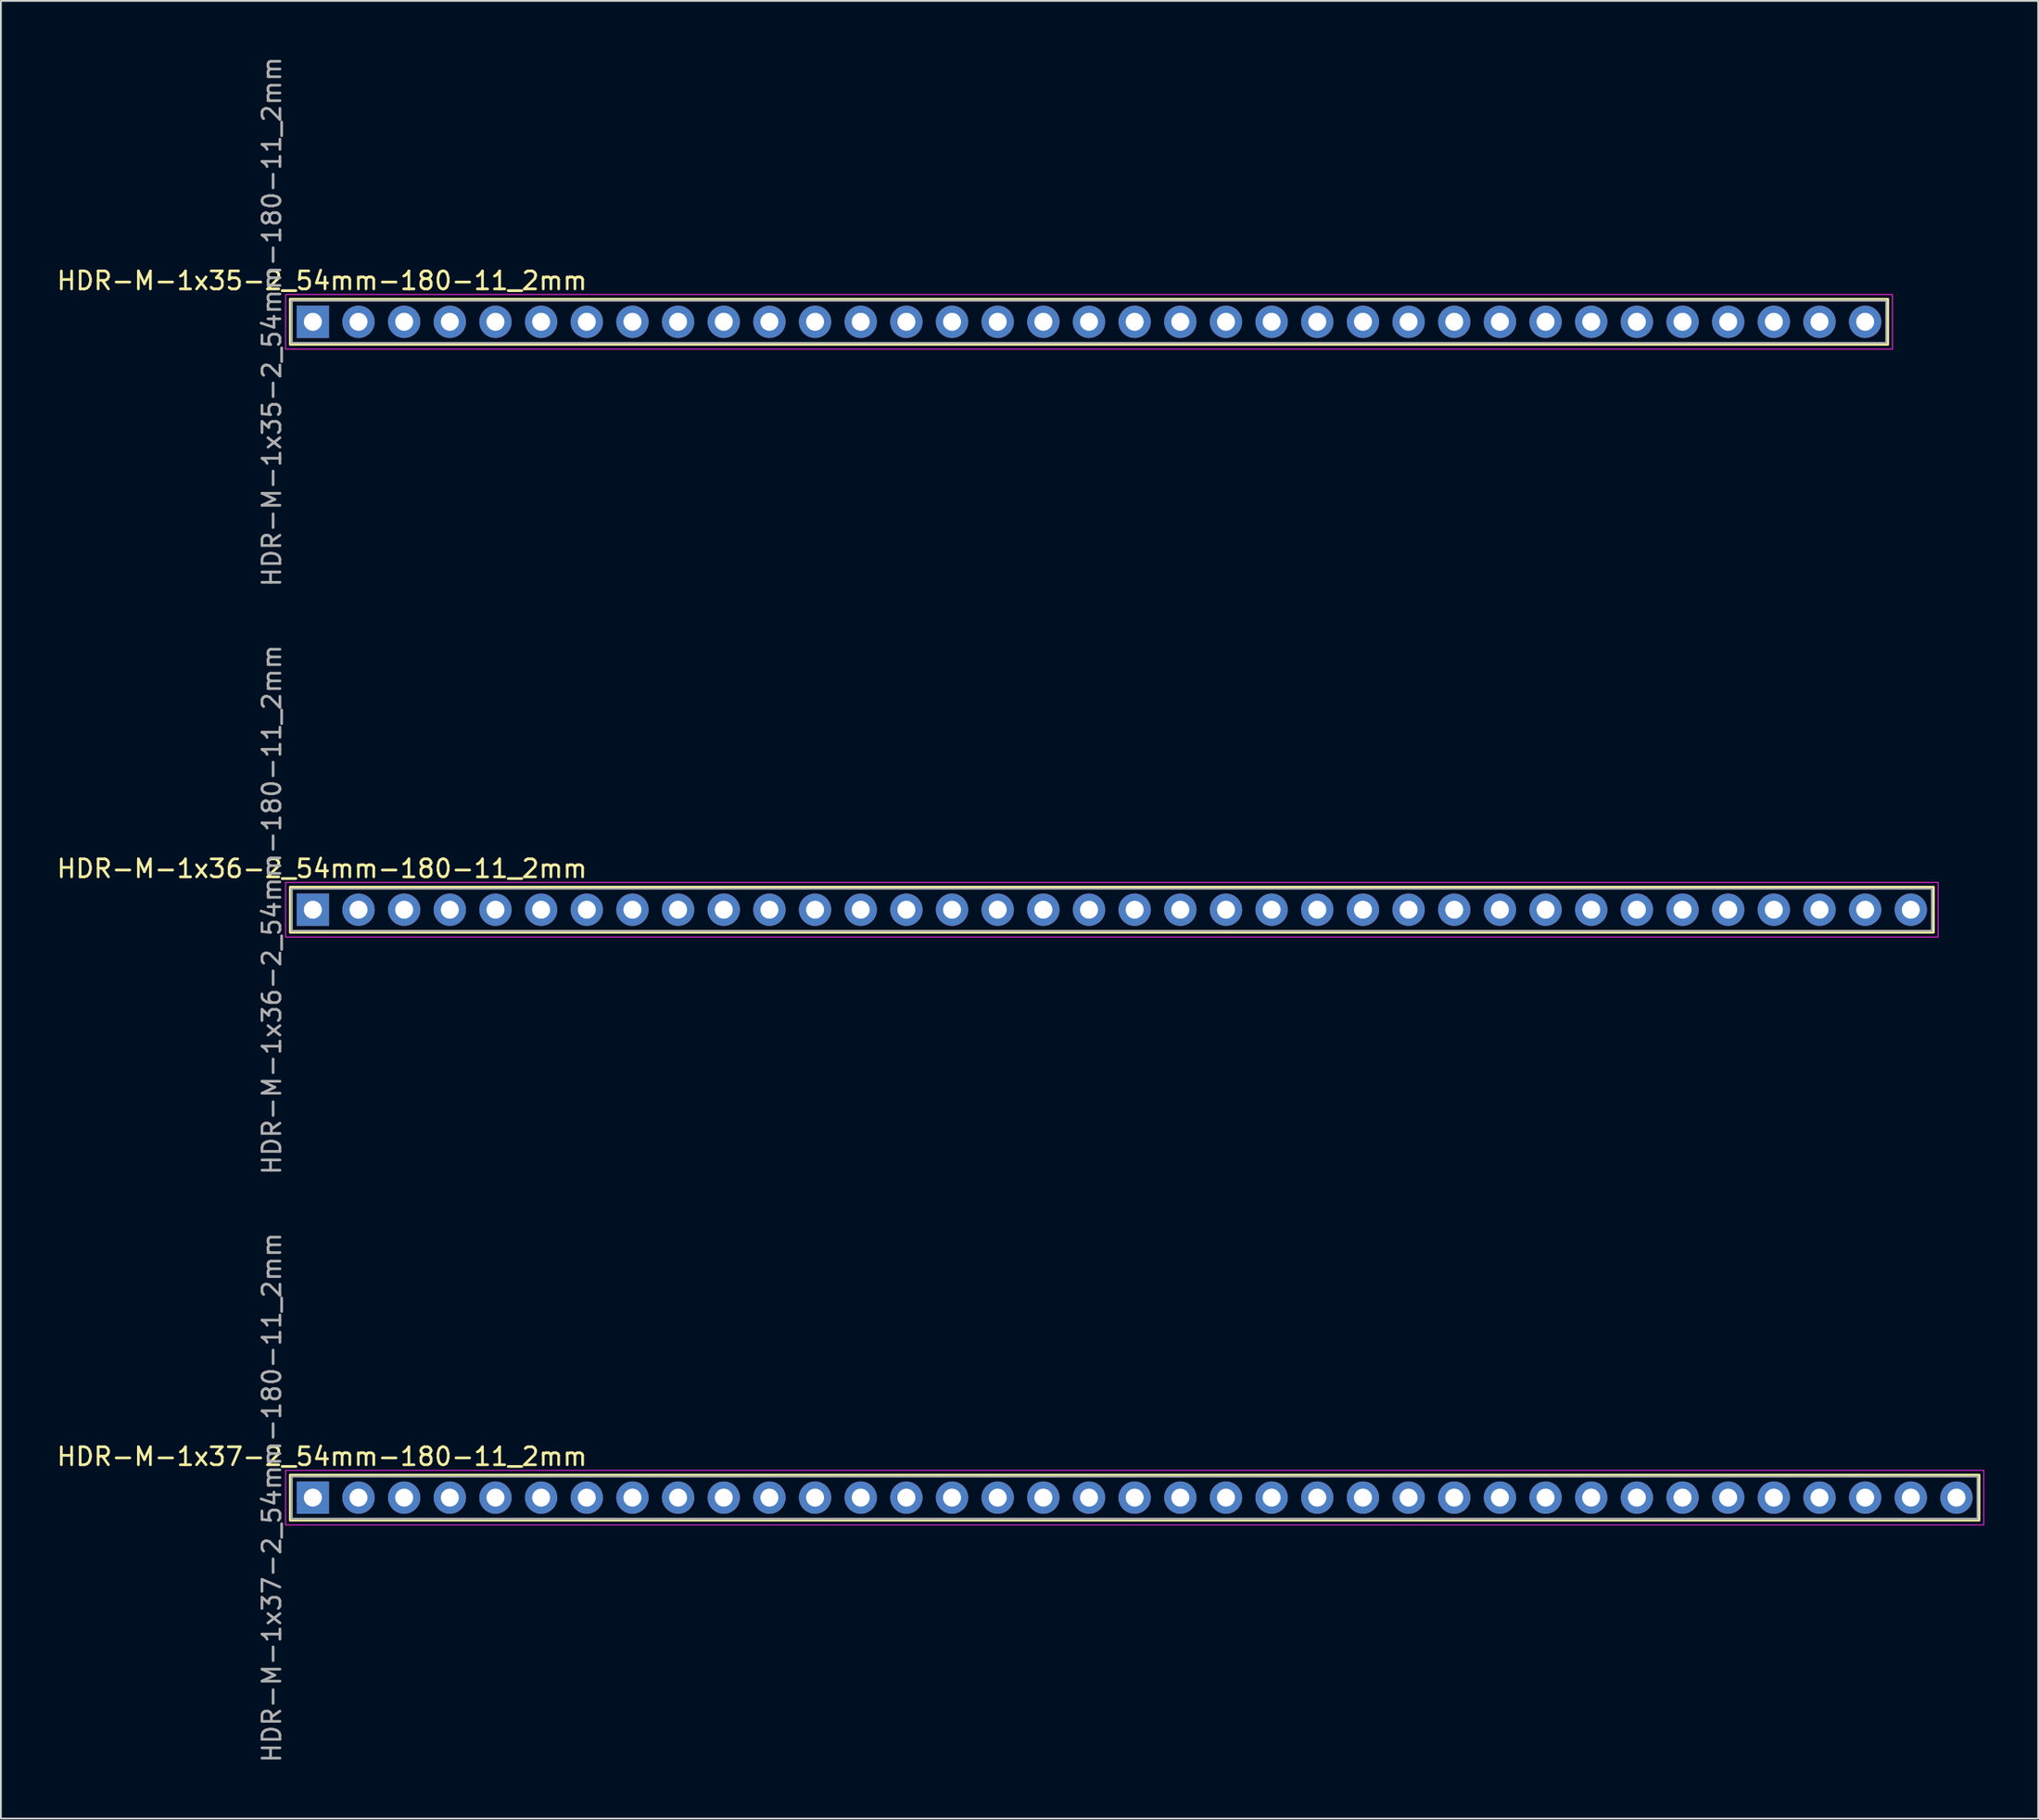
<source format=kicad_pcb>
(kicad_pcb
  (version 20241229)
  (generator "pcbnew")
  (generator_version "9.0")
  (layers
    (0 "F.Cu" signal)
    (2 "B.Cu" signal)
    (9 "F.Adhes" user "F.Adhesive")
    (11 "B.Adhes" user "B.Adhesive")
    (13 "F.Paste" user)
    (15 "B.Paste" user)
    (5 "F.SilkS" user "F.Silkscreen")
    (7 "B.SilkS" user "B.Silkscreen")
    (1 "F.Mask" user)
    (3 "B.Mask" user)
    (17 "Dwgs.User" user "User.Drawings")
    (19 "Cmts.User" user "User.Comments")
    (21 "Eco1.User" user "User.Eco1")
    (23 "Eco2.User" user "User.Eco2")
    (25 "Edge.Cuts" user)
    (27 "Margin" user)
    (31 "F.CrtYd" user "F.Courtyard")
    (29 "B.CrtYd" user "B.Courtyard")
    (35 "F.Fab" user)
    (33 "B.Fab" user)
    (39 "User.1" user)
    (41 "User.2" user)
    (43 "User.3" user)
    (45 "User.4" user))
  (footprint "HDR-M-1x35-2_54mm-180-11_2mm"
    (layer "F.Cu")
    (at 14.355 14.863)
    (property "Reference" "HDR-M-1x35-2_54mm-180-11_2mm" (at 0.508 -2.286 0) (unlocked yes) (layer "F.SilkS") (effects (font (size 1 1) (thickness 0.15))))
    (attr through_hole)
    (fp_rect (start -1.27 -1.27) (end 87.63 1.27) (stroke (width 0.12) (type solid)) (fill no) (layer "F.SilkS"))
    (fp_rect (start -1.52 -1.52) (end 87.88 1.52) (stroke (width 0.05) (type solid)) (fill no) (layer "F.CrtYd"))
    (fp_rect (start -1.17 -1.17) (end 87.53 1.17) (stroke (width 0.1) (type solid)) (fill no) (layer "F.Fab"))
    (fp_text user "${REFERENCE}" (at -2.286 0 90) (unlocked yes) (layer "F.Fab") (effects (font (size 1 1) (thickness 0.15))))
    (pad "1" thru_hole rect (at 0 0) (size 1.8 1.8) (drill 1) (layers "*.Cu" "*.Mask"))
    (pad "2" thru_hole circle (at 2.54 0) (size 1.8 1.8) (drill 1) (layers "*.Cu" "*.Mask"))
    (pad "3" thru_hole circle (at 5.08 0) (size 1.8 1.8) (drill 1) (layers "*.Cu" "*.Mask"))
    (pad "4" thru_hole circle (at 7.62 0) (size 1.8 1.8) (drill 1) (layers "*.Cu" "*.Mask"))
    (pad "5" thru_hole circle (at 10.16 0) (size 1.8 1.8) (drill 1) (layers "*.Cu" "*.Mask"))
    (pad "6" thru_hole circle (at 12.7 0) (size 1.8 1.8) (drill 1) (layers "*.Cu" "*.Mask"))
    (pad "7" thru_hole circle (at 15.24 0) (size 1.8 1.8) (drill 1) (layers "*.Cu" "*.Mask"))
    (pad "8" thru_hole circle (at 17.78 0) (size 1.8 1.8) (drill 1) (layers "*.Cu" "*.Mask"))
    (pad "9" thru_hole circle (at 20.32 0) (size 1.8 1.8) (drill 1) (layers "*.Cu" "*.Mask"))
    (pad "10" thru_hole circle (at 22.86 0) (size 1.8 1.8) (drill 1) (layers "*.Cu" "*.Mask"))
    (pad "11" thru_hole circle (at 25.4 0) (size 1.8 1.8) (drill 1) (layers "*.Cu" "*.Mask"))
    (pad "12" thru_hole circle (at 27.94 0) (size 1.8 1.8) (drill 1) (layers "*.Cu" "*.Mask"))
    (pad "13" thru_hole circle (at 30.48 0) (size 1.8 1.8) (drill 1) (layers "*.Cu" "*.Mask"))
    (pad "14" thru_hole circle (at 33.02 0) (size 1.8 1.8) (drill 1) (layers "*.Cu" "*.Mask"))
    (pad "15" thru_hole circle (at 35.56 0) (size 1.8 1.8) (drill 1) (layers "*.Cu" "*.Mask"))
    (pad "16" thru_hole circle (at 38.1 0) (size 1.8 1.8) (drill 1) (layers "*.Cu" "*.Mask"))
    (pad "17" thru_hole circle (at 40.64 0) (size 1.8 1.8) (drill 1) (layers "*.Cu" "*.Mask"))
    (pad "18" thru_hole circle (at 43.18 0) (size 1.8 1.8) (drill 1) (layers "*.Cu" "*.Mask"))
    (pad "19" thru_hole circle (at 45.72 0) (size 1.8 1.8) (drill 1) (layers "*.Cu" "*.Mask"))
    (pad "20" thru_hole circle (at 48.26 0) (size 1.8 1.8) (drill 1) (layers "*.Cu" "*.Mask"))
    (pad "21" thru_hole circle (at 50.8 0) (size 1.8 1.8) (drill 1) (layers "*.Cu" "*.Mask"))
    (pad "22" thru_hole circle (at 53.34 0) (size 1.8 1.8) (drill 1) (layers "*.Cu" "*.Mask"))
    (pad "23" thru_hole circle (at 55.88 0) (size 1.8 1.8) (drill 1) (layers "*.Cu" "*.Mask"))
    (pad "24" thru_hole circle (at 58.42 0) (size 1.8 1.8) (drill 1) (layers "*.Cu" "*.Mask"))
    (pad "25" thru_hole circle (at 60.96 0) (size 1.8 1.8) (drill 1) (layers "*.Cu" "*.Mask"))
    (pad "26" thru_hole circle (at 63.5 0) (size 1.8 1.8) (drill 1) (layers "*.Cu" "*.Mask"))
    (pad "27" thru_hole circle (at 66.04 0) (size 1.8 1.8) (drill 1) (layers "*.Cu" "*.Mask"))
    (pad "28" thru_hole circle (at 68.58 0) (size 1.8 1.8) (drill 1) (layers "*.Cu" "*.Mask"))
    (pad "29" thru_hole circle (at 71.12 0) (size 1.8 1.8) (drill 1) (layers "*.Cu" "*.Mask"))
    (pad "30" thru_hole circle (at 73.66 0) (size 1.8 1.8) (drill 1) (layers "*.Cu" "*.Mask"))
    (pad "31" thru_hole circle (at 76.2 0) (size 1.8 1.8) (drill 1) (layers "*.Cu" "*.Mask"))
    (pad "32" thru_hole circle (at 78.74 0) (size 1.8 1.8) (drill 1) (layers "*.Cu" "*.Mask"))
    (pad "33" thru_hole circle (at 81.28 0) (size 1.8 1.8) (drill 1) (layers "*.Cu" "*.Mask"))
    (pad "34" thru_hole circle (at 83.82 0) (size 1.8 1.8) (drill 1) (layers "*.Cu" "*.Mask"))
    (pad "35" thru_hole circle (at 86.36 0) (size 1.8 1.8) (drill 1) (layers "*.Cu" "*.Mask")))
  (footprint "HDR-M-1x36-2_54mm-180-11_2mm"
    (layer "F.Cu")
    (at 14.355 47.589)
    (property "Reference" "HDR-M-1x36-2_54mm-180-11_2mm" (at 0.508 -2.286 0) (unlocked yes) (layer "F.SilkS") (effects (font (size 1 1) (thickness 0.15))))
    (attr through_hole)
    (fp_rect (start -1.27 -1.27) (end 90.17 1.27) (stroke (width 0.12) (type solid)) (fill no) (layer "F.SilkS"))
    (fp_rect (start -1.52 -1.52) (end 90.42 1.52) (stroke (width 0.05) (type solid)) (fill no) (layer "F.CrtYd"))
    (fp_rect (start -1.17 -1.17) (end 90.07 1.17) (stroke (width 0.1) (type solid)) (fill no) (layer "F.Fab"))
    (fp_text user "${REFERENCE}" (at -2.286 0 90) (unlocked yes) (layer "F.Fab") (effects (font (size 1 1) (thickness 0.15))))
    (pad "1" thru_hole rect (at 0 0) (size 1.8 1.8) (drill 1) (layers "*.Cu" "*.Mask"))
    (pad "2" thru_hole circle (at 2.54 0) (size 1.8 1.8) (drill 1) (layers "*.Cu" "*.Mask"))
    (pad "3" thru_hole circle (at 5.08 0) (size 1.8 1.8) (drill 1) (layers "*.Cu" "*.Mask"))
    (pad "4" thru_hole circle (at 7.62 0) (size 1.8 1.8) (drill 1) (layers "*.Cu" "*.Mask"))
    (pad "5" thru_hole circle (at 10.16 0) (size 1.8 1.8) (drill 1) (layers "*.Cu" "*.Mask"))
    (pad "6" thru_hole circle (at 12.7 0) (size 1.8 1.8) (drill 1) (layers "*.Cu" "*.Mask"))
    (pad "7" thru_hole circle (at 15.24 0) (size 1.8 1.8) (drill 1) (layers "*.Cu" "*.Mask"))
    (pad "8" thru_hole circle (at 17.78 0) (size 1.8 1.8) (drill 1) (layers "*.Cu" "*.Mask"))
    (pad "9" thru_hole circle (at 20.32 0) (size 1.8 1.8) (drill 1) (layers "*.Cu" "*.Mask"))
    (pad "10" thru_hole circle (at 22.86 0) (size 1.8 1.8) (drill 1) (layers "*.Cu" "*.Mask"))
    (pad "11" thru_hole circle (at 25.4 0) (size 1.8 1.8) (drill 1) (layers "*.Cu" "*.Mask"))
    (pad "12" thru_hole circle (at 27.94 0) (size 1.8 1.8) (drill 1) (layers "*.Cu" "*.Mask"))
    (pad "13" thru_hole circle (at 30.48 0) (size 1.8 1.8) (drill 1) (layers "*.Cu" "*.Mask"))
    (pad "14" thru_hole circle (at 33.02 0) (size 1.8 1.8) (drill 1) (layers "*.Cu" "*.Mask"))
    (pad "15" thru_hole circle (at 35.56 0) (size 1.8 1.8) (drill 1) (layers "*.Cu" "*.Mask"))
    (pad "16" thru_hole circle (at 38.1 0) (size 1.8 1.8) (drill 1) (layers "*.Cu" "*.Mask"))
    (pad "17" thru_hole circle (at 40.64 0) (size 1.8 1.8) (drill 1) (layers "*.Cu" "*.Mask"))
    (pad "18" thru_hole circle (at 43.18 0) (size 1.8 1.8) (drill 1) (layers "*.Cu" "*.Mask"))
    (pad "19" thru_hole circle (at 45.72 0) (size 1.8 1.8) (drill 1) (layers "*.Cu" "*.Mask"))
    (pad "20" thru_hole circle (at 48.26 0) (size 1.8 1.8) (drill 1) (layers "*.Cu" "*.Mask"))
    (pad "21" thru_hole circle (at 50.8 0) (size 1.8 1.8) (drill 1) (layers "*.Cu" "*.Mask"))
    (pad "22" thru_hole circle (at 53.34 0) (size 1.8 1.8) (drill 1) (layers "*.Cu" "*.Mask"))
    (pad "23" thru_hole circle (at 55.88 0) (size 1.8 1.8) (drill 1) (layers "*.Cu" "*.Mask"))
    (pad "24" thru_hole circle (at 58.42 0) (size 1.8 1.8) (drill 1) (layers "*.Cu" "*.Mask"))
    (pad "25" thru_hole circle (at 60.96 0) (size 1.8 1.8) (drill 1) (layers "*.Cu" "*.Mask"))
    (pad "26" thru_hole circle (at 63.5 0) (size 1.8 1.8) (drill 1) (layers "*.Cu" "*.Mask"))
    (pad "27" thru_hole circle (at 66.04 0) (size 1.8 1.8) (drill 1) (layers "*.Cu" "*.Mask"))
    (pad "28" thru_hole circle (at 68.58 0) (size 1.8 1.8) (drill 1) (layers "*.Cu" "*.Mask"))
    (pad "29" thru_hole circle (at 71.12 0) (size 1.8 1.8) (drill 1) (layers "*.Cu" "*.Mask"))
    (pad "30" thru_hole circle (at 73.66 0) (size 1.8 1.8) (drill 1) (layers "*.Cu" "*.Mask"))
    (pad "31" thru_hole circle (at 76.2 0) (size 1.8 1.8) (drill 1) (layers "*.Cu" "*.Mask"))
    (pad "32" thru_hole circle (at 78.74 0) (size 1.8 1.8) (drill 1) (layers "*.Cu" "*.Mask"))
    (pad "33" thru_hole circle (at 81.28 0) (size 1.8 1.8) (drill 1) (layers "*.Cu" "*.Mask"))
    (pad "34" thru_hole circle (at 83.82 0) (size 1.8 1.8) (drill 1) (layers "*.Cu" "*.Mask"))
    (pad "35" thru_hole circle (at 86.36 0) (size 1.8 1.8) (drill 1) (layers "*.Cu" "*.Mask"))
    (pad "36" thru_hole circle (at 88.9 0) (size 1.8 1.8) (drill 1) (layers "*.Cu" "*.Mask")))
  (footprint "HDR-M-1x37-2_54mm-180-11_2mm"
    (layer "F.Cu")
    (at 14.355 80.315)
    (property "Reference" "HDR-M-1x37-2_54mm-180-11_2mm" (at 0.508 -2.286 0) (unlocked yes) (layer "F.SilkS") (effects (font (size 1 1) (thickness 0.15))))
    (attr through_hole)
    (fp_rect (start -1.27 -1.27) (end 92.71 1.27) (stroke (width 0.12) (type solid)) (fill no) (layer "F.SilkS"))
    (fp_rect (start -1.52 -1.52) (end 92.96 1.52) (stroke (width 0.05) (type solid)) (fill no) (layer "F.CrtYd"))
    (fp_rect (start -1.17 -1.17) (end 92.61 1.17) (stroke (width 0.1) (type solid)) (fill no) (layer "F.Fab"))
    (fp_text user "${REFERENCE}" (at -2.286 0 90) (unlocked yes) (layer "F.Fab") (effects (font (size 1 1) (thickness 0.15))))
    (pad "1" thru_hole rect (at 0 0) (size 1.8 1.8) (drill 1) (layers "*.Cu" "*.Mask"))
    (pad "2" thru_hole circle (at 2.54 0) (size 1.8 1.8) (drill 1) (layers "*.Cu" "*.Mask"))
    (pad "3" thru_hole circle (at 5.08 0) (size 1.8 1.8) (drill 1) (layers "*.Cu" "*.Mask"))
    (pad "4" thru_hole circle (at 7.62 0) (size 1.8 1.8) (drill 1) (layers "*.Cu" "*.Mask"))
    (pad "5" thru_hole circle (at 10.16 0) (size 1.8 1.8) (drill 1) (layers "*.Cu" "*.Mask"))
    (pad "6" thru_hole circle (at 12.7 0) (size 1.8 1.8) (drill 1) (layers "*.Cu" "*.Mask"))
    (pad "7" thru_hole circle (at 15.24 0) (size 1.8 1.8) (drill 1) (layers "*.Cu" "*.Mask"))
    (pad "8" thru_hole circle (at 17.78 0) (size 1.8 1.8) (drill 1) (layers "*.Cu" "*.Mask"))
    (pad "9" thru_hole circle (at 20.32 0) (size 1.8 1.8) (drill 1) (layers "*.Cu" "*.Mask"))
    (pad "10" thru_hole circle (at 22.86 0) (size 1.8 1.8) (drill 1) (layers "*.Cu" "*.Mask"))
    (pad "11" thru_hole circle (at 25.4 0) (size 1.8 1.8) (drill 1) (layers "*.Cu" "*.Mask"))
    (pad "12" thru_hole circle (at 27.94 0) (size 1.8 1.8) (drill 1) (layers "*.Cu" "*.Mask"))
    (pad "13" thru_hole circle (at 30.48 0) (size 1.8 1.8) (drill 1) (layers "*.Cu" "*.Mask"))
    (pad "14" thru_hole circle (at 33.02 0) (size 1.8 1.8) (drill 1) (layers "*.Cu" "*.Mask"))
    (pad "15" thru_hole circle (at 35.56 0) (size 1.8 1.8) (drill 1) (layers "*.Cu" "*.Mask"))
    (pad "16" thru_hole circle (at 38.1 0) (size 1.8 1.8) (drill 1) (layers "*.Cu" "*.Mask"))
    (pad "17" thru_hole circle (at 40.64 0) (size 1.8 1.8) (drill 1) (layers "*.Cu" "*.Mask"))
    (pad "18" thru_hole circle (at 43.18 0) (size 1.8 1.8) (drill 1) (layers "*.Cu" "*.Mask"))
    (pad "19" thru_hole circle (at 45.72 0) (size 1.8 1.8) (drill 1) (layers "*.Cu" "*.Mask"))
    (pad "20" thru_hole circle (at 48.26 0) (size 1.8 1.8) (drill 1) (layers "*.Cu" "*.Mask"))
    (pad "21" thru_hole circle (at 50.8 0) (size 1.8 1.8) (drill 1) (layers "*.Cu" "*.Mask"))
    (pad "22" thru_hole circle (at 53.34 0) (size 1.8 1.8) (drill 1) (layers "*.Cu" "*.Mask"))
    (pad "23" thru_hole circle (at 55.88 0) (size 1.8 1.8) (drill 1) (layers "*.Cu" "*.Mask"))
    (pad "24" thru_hole circle (at 58.42 0) (size 1.8 1.8) (drill 1) (layers "*.Cu" "*.Mask"))
    (pad "25" thru_hole circle (at 60.96 0) (size 1.8 1.8) (drill 1) (layers "*.Cu" "*.Mask"))
    (pad "26" thru_hole circle (at 63.5 0) (size 1.8 1.8) (drill 1) (layers "*.Cu" "*.Mask"))
    (pad "27" thru_hole circle (at 66.04 0) (size 1.8 1.8) (drill 1) (layers "*.Cu" "*.Mask"))
    (pad "28" thru_hole circle (at 68.58 0) (size 1.8 1.8) (drill 1) (layers "*.Cu" "*.Mask"))
    (pad "29" thru_hole circle (at 71.12 0) (size 1.8 1.8) (drill 1) (layers "*.Cu" "*.Mask"))
    (pad "30" thru_hole circle (at 73.66 0) (size 1.8 1.8) (drill 1) (layers "*.Cu" "*.Mask"))
    (pad "31" thru_hole circle (at 76.2 0) (size 1.8 1.8) (drill 1) (layers "*.Cu" "*.Mask"))
    (pad "32" thru_hole circle (at 78.74 0) (size 1.8 1.8) (drill 1) (layers "*.Cu" "*.Mask"))
    (pad "33" thru_hole circle (at 81.28 0) (size 1.8 1.8) (drill 1) (layers "*.Cu" "*.Mask"))
    (pad "34" thru_hole circle (at 83.82 0) (size 1.8 1.8) (drill 1) (layers "*.Cu" "*.Mask"))
    (pad "35" thru_hole circle (at 86.36 0) (size 1.8 1.8) (drill 1) (layers "*.Cu" "*.Mask"))
    (pad "36" thru_hole circle (at 88.9 0) (size 1.8 1.8) (drill 1) (layers "*.Cu" "*.Mask"))
    (pad "37" thru_hole circle (at 91.44 0) (size 1.8 1.8) (drill 1) (layers "*.Cu" "*.Mask")))
  (gr_rect
    (start -3 -3)
    (end 110.34 98.179)
    (stroke (width 0.1) (type default))
    (fill no)
    (layer "Edge.Cuts")))
</source>
